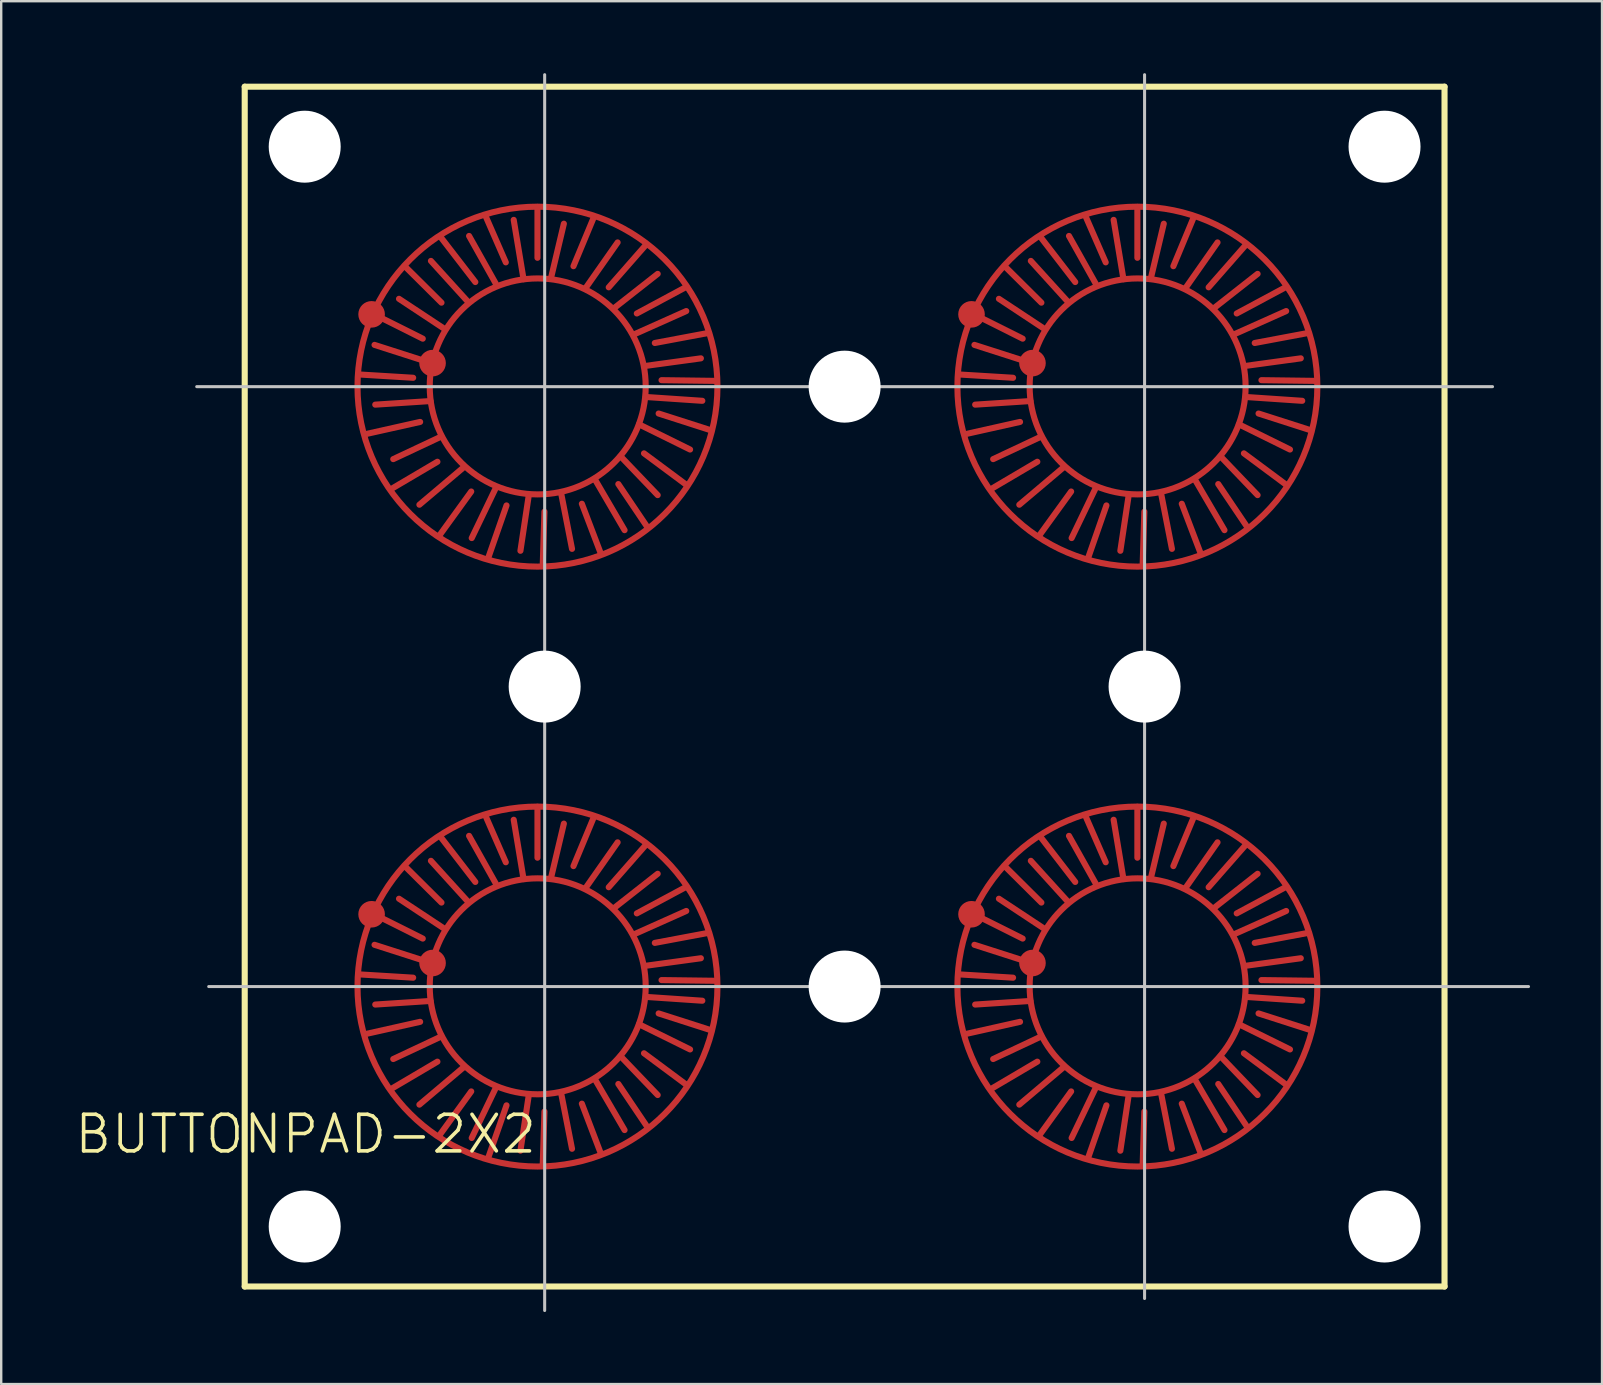
<source format=kicad_pcb>
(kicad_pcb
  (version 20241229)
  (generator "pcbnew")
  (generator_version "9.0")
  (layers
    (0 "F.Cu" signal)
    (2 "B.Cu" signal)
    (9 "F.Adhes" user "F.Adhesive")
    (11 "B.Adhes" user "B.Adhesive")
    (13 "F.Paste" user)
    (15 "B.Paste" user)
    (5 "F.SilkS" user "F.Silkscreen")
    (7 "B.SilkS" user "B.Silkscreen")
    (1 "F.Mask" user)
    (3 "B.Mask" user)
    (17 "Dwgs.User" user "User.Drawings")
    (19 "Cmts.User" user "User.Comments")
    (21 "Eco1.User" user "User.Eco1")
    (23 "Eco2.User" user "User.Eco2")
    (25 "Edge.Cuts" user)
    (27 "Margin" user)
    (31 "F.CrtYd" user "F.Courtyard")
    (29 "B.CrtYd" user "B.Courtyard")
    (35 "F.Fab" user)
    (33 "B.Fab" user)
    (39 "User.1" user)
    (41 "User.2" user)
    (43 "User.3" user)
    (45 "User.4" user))
  (footprint "BUTTONPAD-2X2"
    (layer "F.Cu")
    (at 7.148 50.563)
    (property "Reference" "BUTTONPAD-2X2" (at 2.54 -6.35 0) (layer "F.SilkS") (effects (font (size 1.524 1.524) (thickness 0.15))))
    (attr through_hole)
    (fp_line (start 4.73 -38.01) (end 7.02 -37.87) (stroke (width 0.254) (type solid)) (layer "F.Cu"))
    (fp_line (start 4.73 -13.01) (end 7.02 -12.87) (stroke (width 0.254) (type solid)) (layer "F.Cu"))
    (fp_line (start 5.36 -40.53) (end 7.42 -39.5) (stroke (width 0.254) (type solid)) (layer "F.Cu"))
    (fp_line (start 5.36 -15.53) (end 7.42 -14.5) (stroke (width 0.254) (type solid)) (layer "F.Cu"))
    (fp_line (start 5.41 -39.24) (end 7.78 -38.48) (stroke (width 0.254) (type solid)) (layer "F.Cu"))
    (fp_line (start 5.41 -14.24) (end 7.78 -13.48) (stroke (width 0.254) (type solid)) (layer "F.Cu"))
    (fp_line (start 5.44 -36.75) (end 7.74 -36.9) (stroke (width 0.254) (type solid)) (layer "F.Cu"))
    (fp_line (start 5.44 -11.75) (end 7.74 -11.9) (stroke (width 0.254) (type solid)) (layer "F.Cu"))
    (fp_line (start 6.08 -33.22) (end 8.03 -34.37) (stroke (width 0.254) (type solid)) (layer "F.Cu"))
    (fp_line (start 6.08 -8.22) (end 8.03 -9.37) (stroke (width 0.254) (type solid)) (layer "F.Cu"))
    (fp_line (start 6.19 -34.48) (end 8.19 -35.42) (stroke (width 0.254) (type solid)) (layer "F.Cu"))
    (fp_line (start 6.19 -9.48) (end 8.19 -10.42) (stroke (width 0.254) (type solid)) (layer "F.Cu"))
    (fp_line (start 6.43 -41.16) (end 8.29 -39.93) (stroke (width 0.254) (type solid)) (layer "F.Cu"))
    (fp_line (start 6.43 -16.16) (end 8.29 -14.93) (stroke (width 0.254) (type solid)) (layer "F.Cu"))
    (fp_line (start 6.68 -42.51) (end 8.2 -41) (stroke (width 0.254) (type solid)) (layer "F.Cu"))
    (fp_line (start 6.68 -17.51) (end 8.2 -16) (stroke (width 0.254) (type solid)) (layer "F.Cu"))
    (fp_line (start 7.31 -36.03) (end 5.03 -35.52) (stroke (width 0.254) (type solid)) (layer "F.Cu"))
    (fp_line (start 7.31 -11.03) (end 5.03 -10.52) (stroke (width 0.254) (type solid)) (layer "F.Cu"))
    (fp_line (start 7.76 -42.74) (end 9.32 -41.02) (stroke (width 0.254) (type solid)) (layer "F.Cu"))
    (fp_line (start 7.76 -17.74) (end 9.32 -16.02) (stroke (width 0.254) (type solid)) (layer "F.Cu"))
    (fp_line (start 8.16 -43.74) (end 9.61 -41.86) (stroke (width 0.254) (type solid)) (layer "F.Cu"))
    (fp_line (start 8.16 -18.74) (end 9.61 -16.86) (stroke (width 0.254) (type solid)) (layer "F.Cu"))
    (fp_line (start 9.15 -34.16) (end 7.28 -32.58) (stroke (width 0.254) (type solid)) (layer "F.Cu"))
    (fp_line (start 9.15 -9.16) (end 7.28 -7.58) (stroke (width 0.254) (type solid)) (layer "F.Cu"))
    (fp_line (start 9.35 -43.78) (end 10.46 -41.8) (stroke (width 0.254) (type solid)) (layer "F.Cu"))
    (fp_line (start 9.35 -18.78) (end 10.46 -16.8) (stroke (width 0.254) (type solid)) (layer "F.Cu"))
    (fp_line (start 9.44 -33.13) (end 8.1 -31.28) (stroke (width 0.254) (type solid)) (layer "F.Cu"))
    (fp_line (start 9.44 -8.13) (end 8.1 -6.28) (stroke (width 0.254) (type solid)) (layer "F.Cu"))
    (fp_line (start 9.46 -31.19) (end 10.45 -33.25) (stroke (width 0.254) (type solid)) (layer "F.Cu"))
    (fp_line (start 9.46 -6.19) (end 10.45 -8.25) (stroke (width 0.254) (type solid)) (layer "F.Cu"))
    (fp_line (start 10.88 -42.68) (end 10.02 -44.65) (stroke (width 0.254) (type solid)) (layer "F.Cu"))
    (fp_line (start 10.88 -17.68) (end 10.02 -19.65) (stroke (width 0.254) (type solid)) (layer "F.Cu"))
    (fp_line (start 10.91 -32.55) (end 10.15 -30.37) (stroke (width 0.254) (type solid)) (layer "F.Cu"))
    (fp_line (start 10.91 -7.55) (end 10.15 -5.37) (stroke (width 0.254) (type solid)) (layer "F.Cu"))
    (fp_line (start 11.49 -30.66) (end 11.84 -32.99) (stroke (width 0.254) (type solid)) (layer "F.Cu"))
    (fp_line (start 11.49 -5.66) (end 11.84 -7.99) (stroke (width 0.254) (type solid)) (layer "F.Cu"))
    (fp_line (start 11.62 -41.98) (end 11.21 -44.45) (stroke (width 0.254) (type solid)) (layer "F.Cu"))
    (fp_line (start 11.62 -16.98) (end 11.21 -19.45) (stroke (width 0.254) (type solid)) (layer "F.Cu"))
    (fp_line (start 12.2 -42.87) (end 12.2 -44.99) (stroke (width 0.254) (type solid)) (layer "F.Cu"))
    (fp_line (start 12.2 -17.87) (end 12.2 -19.99) (stroke (width 0.254) (type solid)) (layer "F.Cu"))
    (fp_line (start 12.49 -32.29) (end 12.42 -30.06) (stroke (width 0.254) (type solid)) (layer "F.Cu"))
    (fp_line (start 12.49 -7.29) (end 12.42 -5.06) (stroke (width 0.254) (type solid)) (layer "F.Cu"))
    (fp_line (start 12.76 -42.01) (end 13.3 -44.29) (stroke (width 0.254) (type solid)) (layer "F.Cu"))
    (fp_line (start 12.76 -17.01) (end 13.3 -19.29) (stroke (width 0.254) (type solid)) (layer "F.Cu"))
    (fp_line (start 13.64 -30.74) (end 13.18 -33.09) (stroke (width 0.254) (type solid)) (layer "F.Cu"))
    (fp_line (start 13.64 -5.74) (end 13.18 -8.09) (stroke (width 0.254) (type solid)) (layer "F.Cu"))
    (fp_line (start 13.7 -42.52) (end 14.54 -44.54) (stroke (width 0.254) (type solid)) (layer "F.Cu"))
    (fp_line (start 13.7 -17.52) (end 14.54 -19.54) (stroke (width 0.254) (type solid)) (layer "F.Cu"))
    (fp_line (start 14.05 -32.62) (end 14.83 -30.57) (stroke (width 0.254) (type solid)) (layer "F.Cu"))
    (fp_line (start 14.05 -7.62) (end 14.83 -5.57) (stroke (width 0.254) (type solid)) (layer "F.Cu"))
    (fp_line (start 14.2 -41.6) (end 15.54 -43.51) (stroke (width 0.254) (type solid)) (layer "F.Cu"))
    (fp_line (start 14.2 -16.6) (end 15.54 -18.51) (stroke (width 0.254) (type solid)) (layer "F.Cu"))
    (fp_line (start 15.39 -40.77) (end 17.21 -42.2) (stroke (width 0.254) (type solid)) (layer "F.Cu"))
    (fp_line (start 15.39 -15.77) (end 17.21 -17.2) (stroke (width 0.254) (type solid)) (layer "F.Cu"))
    (fp_line (start 15.57 -33.44) (end 16.77 -31.66) (stroke (width 0.254) (type solid)) (layer "F.Cu"))
    (fp_line (start 15.57 -8.44) (end 16.77 -6.66) (stroke (width 0.254) (type solid)) (layer "F.Cu"))
    (fp_line (start 15.66 -34.6) (end 17.21 -32.98) (stroke (width 0.254) (type solid)) (layer "F.Cu"))
    (fp_line (start 15.66 -9.6) (end 17.21 -7.98) (stroke (width 0.254) (type solid)) (layer "F.Cu"))
    (fp_line (start 15.83 -31.52) (end 14.58 -33.66) (stroke (width 0.254) (type solid)) (layer "F.Cu"))
    (fp_line (start 15.83 -6.52) (end 14.58 -8.66) (stroke (width 0.254) (type solid)) (layer "F.Cu"))
    (fp_line (start 16.23 -39.68) (end 18.4 -40.65) (stroke (width 0.254) (type solid)) (layer "F.Cu"))
    (fp_line (start 16.23 -14.68) (end 18.4 -15.65) (stroke (width 0.254) (type solid)) (layer "F.Cu"))
    (fp_line (start 16.34 -40.55) (end 18.37 -41.64) (stroke (width 0.254) (type solid)) (layer "F.Cu"))
    (fp_line (start 16.34 -15.55) (end 18.37 -16.64) (stroke (width 0.254) (type solid)) (layer "F.Cu"))
    (fp_line (start 16.43 -35.93) (end 18.56 -34.88) (stroke (width 0.254) (type solid)) (layer "F.Cu"))
    (fp_line (start 16.43 -10.93) (end 18.56 -9.88) (stroke (width 0.254) (type solid)) (layer "F.Cu"))
    (fp_line (start 16.64 -34.72) (end 18.39 -33.42) (stroke (width 0.254) (type solid)) (layer "F.Cu"))
    (fp_line (start 16.64 -9.72) (end 18.39 -8.42) (stroke (width 0.254) (type solid)) (layer "F.Cu"))
    (fp_line (start 16.67 -38.36) (end 19.01 -38.68) (stroke (width 0.254) (type solid)) (layer "F.Cu"))
    (fp_line (start 16.67 -13.36) (end 19.01 -13.68) (stroke (width 0.254) (type solid)) (layer "F.Cu"))
    (fp_line (start 16.71 -37.07) (end 19.07 -36.91) (stroke (width 0.254) (type solid)) (layer "F.Cu"))
    (fp_line (start 16.71 -12.07) (end 19.07 -11.91) (stroke (width 0.254) (type solid)) (layer "F.Cu"))
    (fp_line (start 16.73 -43.42) (end 15.17 -41.64) (stroke (width 0.254) (type solid)) (layer "F.Cu"))
    (fp_line (start 16.73 -18.42) (end 15.17 -16.64) (stroke (width 0.254) (type solid)) (layer "F.Cu"))
    (fp_line (start 17.09 -39.32) (end 19.33 -39.74) (stroke (width 0.254) (type solid)) (layer "F.Cu"))
    (fp_line (start 17.09 -14.32) (end 19.33 -14.74) (stroke (width 0.254) (type solid)) (layer "F.Cu"))
    (fp_line (start 17.25 -36.38) (end 19.37 -35.7) (stroke (width 0.254) (type solid)) (layer "F.Cu"))
    (fp_line (start 17.25 -11.38) (end 19.37 -10.7) (stroke (width 0.254) (type solid)) (layer "F.Cu"))
    (fp_line (start 17.37 -37.77) (end 19.66 -37.74) (stroke (width 0.254) (type solid)) (layer "F.Cu"))
    (fp_line (start 17.37 -12.77) (end 19.66 -12.74) (stroke (width 0.254) (type solid)) (layer "F.Cu"))
    (fp_line (start 29.73 -38.01) (end 32.02 -37.87) (stroke (width 0.254) (type solid)) (layer "F.Cu"))
    (fp_line (start 29.73 -13.01) (end 32.02 -12.87) (stroke (width 0.254) (type solid)) (layer "F.Cu"))
    (fp_line (start 30.36 -40.53) (end 32.42 -39.5) (stroke (width 0.254) (type solid)) (layer "F.Cu"))
    (fp_line (start 30.36 -15.53) (end 32.42 -14.5) (stroke (width 0.254) (type solid)) (layer "F.Cu"))
    (fp_line (start 30.41 -39.24) (end 32.78 -38.48) (stroke (width 0.254) (type solid)) (layer "F.Cu"))
    (fp_line (start 30.41 -14.24) (end 32.78 -13.48) (stroke (width 0.254) (type solid)) (layer "F.Cu"))
    (fp_line (start 30.44 -36.75) (end 32.74 -36.9) (stroke (width 0.254) (type solid)) (layer "F.Cu"))
    (fp_line (start 30.44 -11.75) (end 32.74 -11.9) (stroke (width 0.254) (type solid)) (layer "F.Cu"))
    (fp_line (start 31.08 -33.22) (end 33.03 -34.37) (stroke (width 0.254) (type solid)) (layer "F.Cu"))
    (fp_line (start 31.08 -8.22) (end 33.03 -9.37) (stroke (width 0.254) (type solid)) (layer "F.Cu"))
    (fp_line (start 31.19 -34.48) (end 33.19 -35.42) (stroke (width 0.254) (type solid)) (layer "F.Cu"))
    (fp_line (start 31.19 -9.48) (end 33.19 -10.42) (stroke (width 0.254) (type solid)) (layer "F.Cu"))
    (fp_line (start 31.43 -41.16) (end 33.29 -39.93) (stroke (width 0.254) (type solid)) (layer "F.Cu"))
    (fp_line (start 31.43 -16.16) (end 33.29 -14.93) (stroke (width 0.254) (type solid)) (layer "F.Cu"))
    (fp_line (start 31.68 -42.51) (end 33.2 -41) (stroke (width 0.254) (type solid)) (layer "F.Cu"))
    (fp_line (start 31.68 -17.51) (end 33.2 -16) (stroke (width 0.254) (type solid)) (layer "F.Cu"))
    (fp_line (start 32.31 -36.03) (end 30.03 -35.52) (stroke (width 0.254) (type solid)) (layer "F.Cu"))
    (fp_line (start 32.31 -11.03) (end 30.03 -10.52) (stroke (width 0.254) (type solid)) (layer "F.Cu"))
    (fp_line (start 32.76 -42.74) (end 34.32 -41.02) (stroke (width 0.254) (type solid)) (layer "F.Cu"))
    (fp_line (start 32.76 -17.74) (end 34.32 -16.02) (stroke (width 0.254) (type solid)) (layer "F.Cu"))
    (fp_line (start 33.16 -43.74) (end 34.61 -41.86) (stroke (width 0.254) (type solid)) (layer "F.Cu"))
    (fp_line (start 33.16 -18.74) (end 34.61 -16.86) (stroke (width 0.254) (type solid)) (layer "F.Cu"))
    (fp_line (start 34.15 -34.16) (end 32.28 -32.58) (stroke (width 0.254) (type solid)) (layer "F.Cu"))
    (fp_line (start 34.15 -9.16) (end 32.28 -7.58) (stroke (width 0.254) (type solid)) (layer "F.Cu"))
    (fp_line (start 34.35 -43.78) (end 35.46 -41.8) (stroke (width 0.254) (type solid)) (layer "F.Cu"))
    (fp_line (start 34.35 -18.78) (end 35.46 -16.8) (stroke (width 0.254) (type solid)) (layer "F.Cu"))
    (fp_line (start 34.44 -33.13) (end 33.1 -31.28) (stroke (width 0.254) (type solid)) (layer "F.Cu"))
    (fp_line (start 34.44 -8.13) (end 33.1 -6.28) (stroke (width 0.254) (type solid)) (layer "F.Cu"))
    (fp_line (start 34.46 -31.19) (end 35.45 -33.25) (stroke (width 0.254) (type solid)) (layer "F.Cu"))
    (fp_line (start 34.46 -6.19) (end 35.45 -8.25) (stroke (width 0.254) (type solid)) (layer "F.Cu"))
    (fp_line (start 35.88 -42.68) (end 35.02 -44.65) (stroke (width 0.254) (type solid)) (layer "F.Cu"))
    (fp_line (start 35.88 -17.68) (end 35.02 -19.65) (stroke (width 0.254) (type solid)) (layer "F.Cu"))
    (fp_line (start 35.91 -32.55) (end 35.15 -30.37) (stroke (width 0.254) (type solid)) (layer "F.Cu"))
    (fp_line (start 35.91 -7.55) (end 35.15 -5.37) (stroke (width 0.254) (type solid)) (layer "F.Cu"))
    (fp_line (start 36.49 -30.66) (end 36.84 -32.99) (stroke (width 0.254) (type solid)) (layer "F.Cu"))
    (fp_line (start 36.49 -5.66) (end 36.84 -7.99) (stroke (width 0.254) (type solid)) (layer "F.Cu"))
    (fp_line (start 36.62 -41.98) (end 36.21 -44.45) (stroke (width 0.254) (type solid)) (layer "F.Cu"))
    (fp_line (start 36.62 -16.98) (end 36.21 -19.45) (stroke (width 0.254) (type solid)) (layer "F.Cu"))
    (fp_line (start 37.2 -42.87) (end 37.2 -44.99) (stroke (width 0.254) (type solid)) (layer "F.Cu"))
    (fp_line (start 37.2 -17.87) (end 37.2 -19.99) (stroke (width 0.254) (type solid)) (layer "F.Cu"))
    (fp_line (start 37.49 -32.29) (end 37.42 -30.06) (stroke (width 0.254) (type solid)) (layer "F.Cu"))
    (fp_line (start 37.49 -7.29) (end 37.42 -5.06) (stroke (width 0.254) (type solid)) (layer "F.Cu"))
    (fp_line (start 37.76 -42.01) (end 38.3 -44.29) (stroke (width 0.254) (type solid)) (layer "F.Cu"))
    (fp_line (start 37.76 -17.01) (end 38.3 -19.29) (stroke (width 0.254) (type solid)) (layer "F.Cu"))
    (fp_line (start 38.64 -30.74) (end 38.18 -33.09) (stroke (width 0.254) (type solid)) (layer "F.Cu"))
    (fp_line (start 38.64 -5.74) (end 38.18 -8.09) (stroke (width 0.254) (type solid)) (layer "F.Cu"))
    (fp_line (start 38.7 -42.52) (end 39.54 -44.54) (stroke (width 0.254) (type solid)) (layer "F.Cu"))
    (fp_line (start 38.7 -17.52) (end 39.54 -19.54) (stroke (width 0.254) (type solid)) (layer "F.Cu"))
    (fp_line (start 39.05 -32.62) (end 39.83 -30.57) (stroke (width 0.254) (type solid)) (layer "F.Cu"))
    (fp_line (start 39.05 -7.62) (end 39.83 -5.57) (stroke (width 0.254) (type solid)) (layer "F.Cu"))
    (fp_line (start 39.2 -41.6) (end 40.54 -43.51) (stroke (width 0.254) (type solid)) (layer "F.Cu"))
    (fp_line (start 39.2 -16.6) (end 40.54 -18.51) (stroke (width 0.254) (type solid)) (layer "F.Cu"))
    (fp_line (start 40.39 -40.77) (end 42.21 -42.2) (stroke (width 0.254) (type solid)) (layer "F.Cu"))
    (fp_line (start 40.39 -15.77) (end 42.21 -17.2) (stroke (width 0.254) (type solid)) (layer "F.Cu"))
    (fp_line (start 40.57 -33.44) (end 41.77 -31.66) (stroke (width 0.254) (type solid)) (layer "F.Cu"))
    (fp_line (start 40.57 -8.44) (end 41.77 -6.66) (stroke (width 0.254) (type solid)) (layer "F.Cu"))
    (fp_line (start 40.66 -34.6) (end 42.21 -32.98) (stroke (width 0.254) (type solid)) (layer "F.Cu"))
    (fp_line (start 40.66 -9.6) (end 42.21 -7.98) (stroke (width 0.254) (type solid)) (layer "F.Cu"))
    (fp_line (start 40.83 -31.52) (end 39.58 -33.66) (stroke (width 0.254) (type solid)) (layer "F.Cu"))
    (fp_line (start 40.83 -6.52) (end 39.58 -8.66) (stroke (width 0.254) (type solid)) (layer "F.Cu"))
    (fp_line (start 41.23 -39.68) (end 43.4 -40.65) (stroke (width 0.254) (type solid)) (layer "F.Cu"))
    (fp_line (start 41.23 -14.68) (end 43.4 -15.65) (stroke (width 0.254) (type solid)) (layer "F.Cu"))
    (fp_line (start 41.34 -40.55) (end 43.37 -41.64) (stroke (width 0.254) (type solid)) (layer "F.Cu"))
    (fp_line (start 41.34 -15.55) (end 43.37 -16.64) (stroke (width 0.254) (type solid)) (layer "F.Cu"))
    (fp_line (start 41.43 -35.93) (end 43.56 -34.88) (stroke (width 0.254) (type solid)) (layer "F.Cu"))
    (fp_line (start 41.43 -10.93) (end 43.56 -9.88) (stroke (width 0.254) (type solid)) (layer "F.Cu"))
    (fp_line (start 41.64 -34.72) (end 43.39 -33.42) (stroke (width 0.254) (type solid)) (layer "F.Cu"))
    (fp_line (start 41.64 -9.72) (end 43.39 -8.42) (stroke (width 0.254) (type solid)) (layer "F.Cu"))
    (fp_line (start 41.67 -38.36) (end 44.01 -38.68) (stroke (width 0.254) (type solid)) (layer "F.Cu"))
    (fp_line (start 41.67 -13.36) (end 44.01 -13.68) (stroke (width 0.254) (type solid)) (layer "F.Cu"))
    (fp_line (start 41.71 -37.07) (end 44.07 -36.91) (stroke (width 0.254) (type solid)) (layer "F.Cu"))
    (fp_line (start 41.71 -12.07) (end 44.07 -11.91) (stroke (width 0.254) (type solid)) (layer "F.Cu"))
    (fp_line (start 41.73 -43.42) (end 40.17 -41.64) (stroke (width 0.254) (type solid)) (layer "F.Cu"))
    (fp_line (start 41.73 -18.42) (end 40.17 -16.64) (stroke (width 0.254) (type solid)) (layer "F.Cu"))
    (fp_line (start 42.09 -39.32) (end 44.33 -39.74) (stroke (width 0.254) (type solid)) (layer "F.Cu"))
    (fp_line (start 42.09 -14.32) (end 44.33 -14.74) (stroke (width 0.254) (type solid)) (layer "F.Cu"))
    (fp_line (start 42.25 -36.38) (end 44.37 -35.7) (stroke (width 0.254) (type solid)) (layer "F.Cu"))
    (fp_line (start 42.25 -11.38) (end 44.37 -10.7) (stroke (width 0.254) (type solid)) (layer "F.Cu"))
    (fp_line (start 42.37 -37.77) (end 44.66 -37.74) (stroke (width 0.254) (type solid)) (layer "F.Cu"))
    (fp_line (start 42.37 -12.77) (end 44.66 -12.74) (stroke (width 0.254) (type solid)) (layer "F.Cu"))
    (fp_circle (center 12.2 -37.5) (end 19.7 -37.5) (stroke (width 0.254) (type solid)) (fill no) (layer "F.Cu"))
    (fp_circle (center 12.2 -12.5) (end 19.7 -12.5) (stroke (width 0.254) (type solid)) (fill no) (layer "F.Cu"))
    (fp_circle (center 12.21 -37.51) (end 16.71 -37.51) (stroke (width 0.254) (type solid)) (fill no) (layer "F.Cu"))
    (fp_circle (center 12.21 -12.51) (end 16.71 -12.51) (stroke (width 0.254) (type solid)) (fill no) (layer "F.Cu"))
    (fp_circle (center 37.2 -37.5) (end 44.7 -37.5) (stroke (width 0.254) (type solid)) (fill no) (layer "F.Cu"))
    (fp_circle (center 37.2 -12.5) (end 44.7 -12.5) (stroke (width 0.254) (type solid)) (fill no) (layer "F.Cu"))
    (fp_circle (center 37.21 -37.51) (end 41.71 -37.51) (stroke (width 0.254) (type solid)) (fill no) (layer "F.Cu"))
    (fp_circle (center 37.21 -12.51) (end 41.71 -12.51) (stroke (width 0.254) (type solid)) (fill no) (layer "F.Cu"))
    (fp_line (start 4.73 -38.01) (end 7.02 -37.87) (stroke (width 0.254) (type solid)) (layer "F.Mask"))
    (fp_line (start 4.73 -13.01) (end 7.02 -12.87) (stroke (width 0.254) (type solid)) (layer "F.Mask"))
    (fp_line (start 5.36 -40.53) (end 7.42 -39.5) (stroke (width 0.254) (type solid)) (layer "F.Mask"))
    (fp_line (start 5.36 -15.53) (end 7.42 -14.5) (stroke (width 0.254) (type solid)) (layer "F.Mask"))
    (fp_line (start 5.41 -39.24) (end 7.78 -38.48) (stroke (width 0.254) (type solid)) (layer "F.Mask"))
    (fp_line (start 5.41 -14.24) (end 7.78 -13.48) (stroke (width 0.254) (type solid)) (layer "F.Mask"))
    (fp_line (start 5.44 -36.75) (end 7.74 -36.9) (stroke (width 0.254) (type solid)) (layer "F.Mask"))
    (fp_line (start 5.44 -11.75) (end 7.74 -11.9) (stroke (width 0.254) (type solid)) (layer "F.Mask"))
    (fp_line (start 6.08 -33.22) (end 8.03 -34.37) (stroke (width 0.254) (type solid)) (layer "F.Mask"))
    (fp_line (start 6.08 -8.22) (end 8.03 -9.37) (stroke (width 0.254) (type solid)) (layer "F.Mask"))
    (fp_line (start 6.19 -34.48) (end 8.19 -35.42) (stroke (width 0.254) (type solid)) (layer "F.Mask"))
    (fp_line (start 6.19 -9.48) (end 8.19 -10.42) (stroke (width 0.254) (type solid)) (layer "F.Mask"))
    (fp_line (start 6.43 -41.16) (end 8.29 -39.93) (stroke (width 0.254) (type solid)) (layer "F.Mask"))
    (fp_line (start 6.43 -16.16) (end 8.29 -14.93) (stroke (width 0.254) (type solid)) (layer "F.Mask"))
    (fp_line (start 6.68 -42.51) (end 8.2 -41) (stroke (width 0.254) (type solid)) (layer "F.Mask"))
    (fp_line (start 6.68 -17.51) (end 8.2 -16) (stroke (width 0.254) (type solid)) (layer "F.Mask"))
    (fp_line (start 7.31 -36.03) (end 5.03 -35.52) (stroke (width 0.254) (type solid)) (layer "F.Mask"))
    (fp_line (start 7.31 -11.03) (end 5.03 -10.52) (stroke (width 0.254) (type solid)) (layer "F.Mask"))
    (fp_line (start 7.76 -42.74) (end 9.32 -41.02) (stroke (width 0.254) (type solid)) (layer "F.Mask"))
    (fp_line (start 7.76 -17.74) (end 9.32 -16.02) (stroke (width 0.254) (type solid)) (layer "F.Mask"))
    (fp_line (start 8.16 -43.74) (end 9.61 -41.86) (stroke (width 0.254) (type solid)) (layer "F.Mask"))
    (fp_line (start 8.16 -18.74) (end 9.61 -16.86) (stroke (width 0.254) (type solid)) (layer "F.Mask"))
    (fp_line (start 9.15 -34.16) (end 7.28 -32.58) (stroke (width 0.254) (type solid)) (layer "F.Mask"))
    (fp_line (start 9.15 -9.16) (end 7.28 -7.58) (stroke (width 0.254) (type solid)) (layer "F.Mask"))
    (fp_line (start 9.35 -43.78) (end 10.46 -41.8) (stroke (width 0.254) (type solid)) (layer "F.Mask"))
    (fp_line (start 9.35 -18.78) (end 10.46 -16.8) (stroke (width 0.254) (type solid)) (layer "F.Mask"))
    (fp_line (start 9.44 -33.13) (end 8.1 -31.28) (stroke (width 0.254) (type solid)) (layer "F.Mask"))
    (fp_line (start 9.44 -8.13) (end 8.1 -6.28) (stroke (width 0.254) (type solid)) (layer "F.Mask"))
    (fp_line (start 9.46 -31.19) (end 10.45 -33.25) (stroke (width 0.254) (type solid)) (layer "F.Mask"))
    (fp_line (start 9.46 -6.19) (end 10.45 -8.25) (stroke (width 0.254) (type solid)) (layer "F.Mask"))
    (fp_line (start 10.88 -42.68) (end 10.02 -44.65) (stroke (width 0.254) (type solid)) (layer "F.Mask"))
    (fp_line (start 10.88 -17.68) (end 10.02 -19.65) (stroke (width 0.254) (type solid)) (layer "F.Mask"))
    (fp_line (start 10.91 -32.55) (end 10.15 -30.37) (stroke (width 0.254) (type solid)) (layer "F.Mask"))
    (fp_line (start 10.91 -7.55) (end 10.15 -5.37) (stroke (width 0.254) (type solid)) (layer "F.Mask"))
    (fp_line (start 11.49 -30.66) (end 11.84 -32.99) (stroke (width 0.254) (type solid)) (layer "F.Mask"))
    (fp_line (start 11.49 -5.66) (end 11.84 -7.99) (stroke (width 0.254) (type solid)) (layer "F.Mask"))
    (fp_line (start 11.62 -41.98) (end 11.21 -44.45) (stroke (width 0.254) (type solid)) (layer "F.Mask"))
    (fp_line (start 11.62 -16.98) (end 11.21 -19.45) (stroke (width 0.254) (type solid)) (layer "F.Mask"))
    (fp_line (start 12.2 -42.87) (end 12.2 -44.99) (stroke (width 0.254) (type solid)) (layer "F.Mask"))
    (fp_line (start 12.2 -17.87) (end 12.2 -19.99) (stroke (width 0.254) (type solid)) (layer "F.Mask"))
    (fp_line (start 12.49 -32.29) (end 12.42 -30.06) (stroke (width 0.254) (type solid)) (layer "F.Mask"))
    (fp_line (start 12.49 -7.29) (end 12.42 -5.06) (stroke (width 0.254) (type solid)) (layer "F.Mask"))
    (fp_line (start 12.76 -42.01) (end 13.3 -44.29) (stroke (width 0.254) (type solid)) (layer "F.Mask"))
    (fp_line (start 12.76 -17.01) (end 13.3 -19.29) (stroke (width 0.254) (type solid)) (layer "F.Mask"))
    (fp_line (start 13.64 -30.74) (end 13.18 -33.09) (stroke (width 0.254) (type solid)) (layer "F.Mask"))
    (fp_line (start 13.64 -5.74) (end 13.18 -8.09) (stroke (width 0.254) (type solid)) (layer "F.Mask"))
    (fp_line (start 13.7 -42.52) (end 14.54 -44.54) (stroke (width 0.254) (type solid)) (layer "F.Mask"))
    (fp_line (start 13.7 -17.52) (end 14.54 -19.54) (stroke (width 0.254) (type solid)) (layer "F.Mask"))
    (fp_line (start 14.05 -32.62) (end 14.83 -30.57) (stroke (width 0.254) (type solid)) (layer "F.Mask"))
    (fp_line (start 14.05 -7.62) (end 14.83 -5.57) (stroke (width 0.254) (type solid)) (layer "F.Mask"))
    (fp_line (start 14.2 -41.6) (end 15.54 -43.51) (stroke (width 0.254) (type solid)) (layer "F.Mask"))
    (fp_line (start 14.2 -16.6) (end 15.54 -18.51) (stroke (width 0.254) (type solid)) (layer "F.Mask"))
    (fp_line (start 15.39 -40.77) (end 17.21 -42.2) (stroke (width 0.254) (type solid)) (layer "F.Mask"))
    (fp_line (start 15.39 -15.77) (end 17.21 -17.2) (stroke (width 0.254) (type solid)) (layer "F.Mask"))
    (fp_line (start 15.57 -33.44) (end 16.77 -31.66) (stroke (width 0.254) (type solid)) (layer "F.Mask"))
    (fp_line (start 15.57 -8.44) (end 16.77 -6.66) (stroke (width 0.254) (type solid)) (layer "F.Mask"))
    (fp_line (start 15.66 -34.6) (end 17.21 -32.98) (stroke (width 0.254) (type solid)) (layer "F.Mask"))
    (fp_line (start 15.66 -9.6) (end 17.21 -7.98) (stroke (width 0.254) (type solid)) (layer "F.Mask"))
    (fp_line (start 15.83 -31.52) (end 14.58 -33.66) (stroke (width 0.254) (type solid)) (layer "F.Mask"))
    (fp_line (start 15.83 -6.52) (end 14.58 -8.66) (stroke (width 0.254) (type solid)) (layer "F.Mask"))
    (fp_line (start 16.23 -39.68) (end 18.4 -40.65) (stroke (width 0.254) (type solid)) (layer "F.Mask"))
    (fp_line (start 16.23 -14.68) (end 18.4 -15.65) (stroke (width 0.254) (type solid)) (layer "F.Mask"))
    (fp_line (start 16.34 -40.55) (end 18.37 -41.64) (stroke (width 0.254) (type solid)) (layer "F.Mask"))
    (fp_line (start 16.34 -15.55) (end 18.37 -16.64) (stroke (width 0.254) (type solid)) (layer "F.Mask"))
    (fp_line (start 16.43 -35.93) (end 18.56 -34.88) (stroke (width 0.254) (type solid)) (layer "F.Mask"))
    (fp_line (start 16.43 -10.93) (end 18.56 -9.88) (stroke (width 0.254) (type solid)) (layer "F.Mask"))
    (fp_line (start 16.64 -34.72) (end 18.39 -33.42) (stroke (width 0.254) (type solid)) (layer "F.Mask"))
    (fp_line (start 16.64 -9.72) (end 18.39 -8.42) (stroke (width 0.254) (type solid)) (layer "F.Mask"))
    (fp_line (start 16.67 -38.36) (end 19.01 -38.68) (stroke (width 0.254) (type solid)) (layer "F.Mask"))
    (fp_line (start 16.67 -13.36) (end 19.01 -13.68) (stroke (width 0.254) (type solid)) (layer "F.Mask"))
    (fp_line (start 16.71 -37.07) (end 19.07 -36.91) (stroke (width 0.254) (type solid)) (layer "F.Mask"))
    (fp_line (start 16.71 -12.07) (end 19.07 -11.91) (stroke (width 0.254) (type solid)) (layer "F.Mask"))
    (fp_line (start 16.73 -43.42) (end 15.17 -41.64) (stroke (width 0.254) (type solid)) (layer "F.Mask"))
    (fp_line (start 16.73 -18.42) (end 15.17 -16.64) (stroke (width 0.254) (type solid)) (layer "F.Mask"))
    (fp_line (start 17.09 -39.32) (end 19.33 -39.74) (stroke (width 0.254) (type solid)) (layer "F.Mask"))
    (fp_line (start 17.09 -14.32) (end 19.33 -14.74) (stroke (width 0.254) (type solid)) (layer "F.Mask"))
    (fp_line (start 17.25 -36.38) (end 19.37 -35.7) (stroke (width 0.254) (type solid)) (layer "F.Mask"))
    (fp_line (start 17.25 -11.38) (end 19.37 -10.7) (stroke (width 0.254) (type solid)) (layer "F.Mask"))
    (fp_line (start 17.37 -37.77) (end 19.66 -37.74) (stroke (width 0.254) (type solid)) (layer "F.Mask"))
    (fp_line (start 17.37 -12.77) (end 19.66 -12.74) (stroke (width 0.254) (type solid)) (layer "F.Mask"))
    (fp_line (start 29.73 -38.01) (end 32.02 -37.87) (stroke (width 0.254) (type solid)) (layer "F.Mask"))
    (fp_line (start 29.73 -13.01) (end 32.02 -12.87) (stroke (width 0.254) (type solid)) (layer "F.Mask"))
    (fp_line (start 30.36 -40.53) (end 32.42 -39.5) (stroke (width 0.254) (type solid)) (layer "F.Mask"))
    (fp_line (start 30.36 -15.53) (end 32.42 -14.5) (stroke (width 0.254) (type solid)) (layer "F.Mask"))
    (fp_line (start 30.41 -39.24) (end 32.78 -38.48) (stroke (width 0.254) (type solid)) (layer "F.Mask"))
    (fp_line (start 30.41 -14.24) (end 32.78 -13.48) (stroke (width 0.254) (type solid)) (layer "F.Mask"))
    (fp_line (start 30.44 -36.75) (end 32.74 -36.9) (stroke (width 0.254) (type solid)) (layer "F.Mask"))
    (fp_line (start 30.44 -11.75) (end 32.74 -11.9) (stroke (width 0.254) (type solid)) (layer "F.Mask"))
    (fp_line (start 31.08 -33.22) (end 33.03 -34.37) (stroke (width 0.254) (type solid)) (layer "F.Mask"))
    (fp_line (start 31.08 -8.22) (end 33.03 -9.37) (stroke (width 0.254) (type solid)) (layer "F.Mask"))
    (fp_line (start 31.19 -34.48) (end 33.19 -35.42) (stroke (width 0.254) (type solid)) (layer "F.Mask"))
    (fp_line (start 31.19 -9.48) (end 33.19 -10.42) (stroke (width 0.254) (type solid)) (layer "F.Mask"))
    (fp_line (start 31.43 -41.16) (end 33.29 -39.93) (stroke (width 0.254) (type solid)) (layer "F.Mask"))
    (fp_line (start 31.43 -16.16) (end 33.29 -14.93) (stroke (width 0.254) (type solid)) (layer "F.Mask"))
    (fp_line (start 31.68 -42.51) (end 33.2 -41) (stroke (width 0.254) (type solid)) (layer "F.Mask"))
    (fp_line (start 31.68 -17.51) (end 33.2 -16) (stroke (width 0.254) (type solid)) (layer "F.Mask"))
    (fp_line (start 32.31 -36.03) (end 30.03 -35.52) (stroke (width 0.254) (type solid)) (layer "F.Mask"))
    (fp_line (start 32.31 -11.03) (end 30.03 -10.52) (stroke (width 0.254) (type solid)) (layer "F.Mask"))
    (fp_line (start 32.76 -42.74) (end 34.32 -41.02) (stroke (width 0.254) (type solid)) (layer "F.Mask"))
    (fp_line (start 32.76 -17.74) (end 34.32 -16.02) (stroke (width 0.254) (type solid)) (layer "F.Mask"))
    (fp_line (start 33.16 -43.74) (end 34.61 -41.86) (stroke (width 0.254) (type solid)) (layer "F.Mask"))
    (fp_line (start 33.16 -18.74) (end 34.61 -16.86) (stroke (width 0.254) (type solid)) (layer "F.Mask"))
    (fp_line (start 34.15 -34.16) (end 32.28 -32.58) (stroke (width 0.254) (type solid)) (layer "F.Mask"))
    (fp_line (start 34.15 -9.16) (end 32.28 -7.58) (stroke (width 0.254) (type solid)) (layer "F.Mask"))
    (fp_line (start 34.35 -43.78) (end 35.46 -41.8) (stroke (width 0.254) (type solid)) (layer "F.Mask"))
    (fp_line (start 34.35 -18.78) (end 35.46 -16.8) (stroke (width 0.254) (type solid)) (layer "F.Mask"))
    (fp_line (start 34.44 -33.13) (end 33.1 -31.28) (stroke (width 0.254) (type solid)) (layer "F.Mask"))
    (fp_line (start 34.44 -8.13) (end 33.1 -6.28) (stroke (width 0.254) (type solid)) (layer "F.Mask"))
    (fp_line (start 34.46 -31.19) (end 35.45 -33.25) (stroke (width 0.254) (type solid)) (layer "F.Mask"))
    (fp_line (start 34.46 -6.19) (end 35.45 -8.25) (stroke (width 0.254) (type solid)) (layer "F.Mask"))
    (fp_line (start 35.88 -42.68) (end 35.02 -44.65) (stroke (width 0.254) (type solid)) (layer "F.Mask"))
    (fp_line (start 35.88 -17.68) (end 35.02 -19.65) (stroke (width 0.254) (type solid)) (layer "F.Mask"))
    (fp_line (start 35.91 -32.55) (end 35.15 -30.37) (stroke (width 0.254) (type solid)) (layer "F.Mask"))
    (fp_line (start 35.91 -7.55) (end 35.15 -5.37) (stroke (width 0.254) (type solid)) (layer "F.Mask"))
    (fp_line (start 36.49 -30.66) (end 36.84 -32.99) (stroke (width 0.254) (type solid)) (layer "F.Mask"))
    (fp_line (start 36.49 -5.66) (end 36.84 -7.99) (stroke (width 0.254) (type solid)) (layer "F.Mask"))
    (fp_line (start 36.62 -41.98) (end 36.21 -44.45) (stroke (width 0.254) (type solid)) (layer "F.Mask"))
    (fp_line (start 36.62 -16.98) (end 36.21 -19.45) (stroke (width 0.254) (type solid)) (layer "F.Mask"))
    (fp_line (start 37.2 -42.87) (end 37.2 -44.99) (stroke (width 0.254) (type solid)) (layer "F.Mask"))
    (fp_line (start 37.2 -17.87) (end 37.2 -19.99) (stroke (width 0.254) (type solid)) (layer "F.Mask"))
    (fp_line (start 37.49 -32.29) (end 37.42 -30.06) (stroke (width 0.254) (type solid)) (layer "F.Mask"))
    (fp_line (start 37.49 -7.29) (end 37.42 -5.06) (stroke (width 0.254) (type solid)) (layer "F.Mask"))
    (fp_line (start 37.76 -42.01) (end 38.3 -44.29) (stroke (width 0.254) (type solid)) (layer "F.Mask"))
    (fp_line (start 37.76 -17.01) (end 38.3 -19.29) (stroke (width 0.254) (type solid)) (layer "F.Mask"))
    (fp_line (start 38.64 -30.74) (end 38.18 -33.09) (stroke (width 0.254) (type solid)) (layer "F.Mask"))
    (fp_line (start 38.64 -5.74) (end 38.18 -8.09) (stroke (width 0.254) (type solid)) (layer "F.Mask"))
    (fp_line (start 38.7 -42.52) (end 39.54 -44.54) (stroke (width 0.254) (type solid)) (layer "F.Mask"))
    (fp_line (start 38.7 -17.52) (end 39.54 -19.54) (stroke (width 0.254) (type solid)) (layer "F.Mask"))
    (fp_line (start 39.05 -32.62) (end 39.83 -30.57) (stroke (width 0.254) (type solid)) (layer "F.Mask"))
    (fp_line (start 39.05 -7.62) (end 39.83 -5.57) (stroke (width 0.254) (type solid)) (layer "F.Mask"))
    (fp_line (start 39.2 -41.6) (end 40.54 -43.51) (stroke (width 0.254) (type solid)) (layer "F.Mask"))
    (fp_line (start 39.2 -16.6) (end 40.54 -18.51) (stroke (width 0.254) (type solid)) (layer "F.Mask"))
    (fp_line (start 40.39 -40.77) (end 42.21 -42.2) (stroke (width 0.254) (type solid)) (layer "F.Mask"))
    (fp_line (start 40.39 -15.77) (end 42.21 -17.2) (stroke (width 0.254) (type solid)) (layer "F.Mask"))
    (fp_line (start 40.57 -33.44) (end 41.77 -31.66) (stroke (width 0.254) (type solid)) (layer "F.Mask"))
    (fp_line (start 40.57 -8.44) (end 41.77 -6.66) (stroke (width 0.254) (type solid)) (layer "F.Mask"))
    (fp_line (start 40.66 -34.6) (end 42.21 -32.98) (stroke (width 0.254) (type solid)) (layer "F.Mask"))
    (fp_line (start 40.66 -9.6) (end 42.21 -7.98) (stroke (width 0.254) (type solid)) (layer "F.Mask"))
    (fp_line (start 40.83 -31.52) (end 39.58 -33.66) (stroke (width 0.254) (type solid)) (layer "F.Mask"))
    (fp_line (start 40.83 -6.52) (end 39.58 -8.66) (stroke (width 0.254) (type solid)) (layer "F.Mask"))
    (fp_line (start 41.23 -39.68) (end 43.4 -40.65) (stroke (width 0.254) (type solid)) (layer "F.Mask"))
    (fp_line (start 41.23 -14.68) (end 43.4 -15.65) (stroke (width 0.254) (type solid)) (layer "F.Mask"))
    (fp_line (start 41.34 -40.55) (end 43.37 -41.64) (stroke (width 0.254) (type solid)) (layer "F.Mask"))
    (fp_line (start 41.34 -15.55) (end 43.37 -16.64) (stroke (width 0.254) (type solid)) (layer "F.Mask"))
    (fp_line (start 41.43 -35.93) (end 43.56 -34.88) (stroke (width 0.254) (type solid)) (layer "F.Mask"))
    (fp_line (start 41.43 -10.93) (end 43.56 -9.88) (stroke (width 0.254) (type solid)) (layer "F.Mask"))
    (fp_line (start 41.64 -34.72) (end 43.39 -33.42) (stroke (width 0.254) (type solid)) (layer "F.Mask"))
    (fp_line (start 41.64 -9.72) (end 43.39 -8.42) (stroke (width 0.254) (type solid)) (layer "F.Mask"))
    (fp_line (start 41.67 -38.36) (end 44.01 -38.68) (stroke (width 0.254) (type solid)) (layer "F.Mask"))
    (fp_line (start 41.67 -13.36) (end 44.01 -13.68) (stroke (width 0.254) (type solid)) (layer "F.Mask"))
    (fp_line (start 41.71 -37.07) (end 44.07 -36.91) (stroke (width 0.254) (type solid)) (layer "F.Mask"))
    (fp_line (start 41.71 -12.07) (end 44.07 -11.91) (stroke (width 0.254) (type solid)) (layer "F.Mask"))
    (fp_line (start 41.73 -43.42) (end 40.17 -41.64) (stroke (width 0.254) (type solid)) (layer "F.Mask"))
    (fp_line (start 41.73 -18.42) (end 40.17 -16.64) (stroke (width 0.254) (type solid)) (layer "F.Mask"))
    (fp_line (start 42.09 -39.32) (end 44.33 -39.74) (stroke (width 0.254) (type solid)) (layer "F.Mask"))
    (fp_line (start 42.09 -14.32) (end 44.33 -14.74) (stroke (width 0.254) (type solid)) (layer "F.Mask"))
    (fp_line (start 42.25 -36.38) (end 44.37 -35.7) (stroke (width 0.254) (type solid)) (layer "F.Mask"))
    (fp_line (start 42.25 -11.38) (end 44.37 -10.7) (stroke (width 0.254) (type solid)) (layer "F.Mask"))
    (fp_line (start 42.37 -37.77) (end 44.66 -37.74) (stroke (width 0.254) (type solid)) (layer "F.Mask"))
    (fp_line (start 42.37 -12.77) (end 44.66 -12.74) (stroke (width 0.254) (type solid)) (layer "F.Mask"))
    (fp_circle (center 12.2 -37.51) (end 16.711 -37.51) (stroke (width 0.254) (type solid)) (fill no) (layer "F.Mask"))
    (fp_circle (center 12.2 -37.5) (end 19.7 -37.5) (stroke (width 0.254) (type solid)) (fill no) (layer "F.Mask"))
    (fp_circle (center 12.2 -12.51) (end 16.711 -12.51) (stroke (width 0.254) (type solid)) (fill no) (layer "F.Mask"))
    (fp_circle (center 12.2 -12.5) (end 19.7 -12.5) (stroke (width 0.254) (type solid)) (fill no) (layer "F.Mask"))
    (fp_circle (center 37.2 -37.51) (end 41.711 -37.51) (stroke (width 0.254) (type solid)) (fill no) (layer "F.Mask"))
    (fp_circle (center 37.2 -37.5) (end 44.7 -37.5) (stroke (width 0.254) (type solid)) (fill no) (layer "F.Mask"))
    (fp_circle (center 37.2 -12.51) (end 41.711 -12.51) (stroke (width 0.254) (type solid)) (fill no) (layer "F.Mask"))
    (fp_circle (center 37.2 -12.5) (end 44.7 -12.5) (stroke (width 0.254) (type solid)) (fill no) (layer "F.Mask"))
    (fp_line (start 0 -50) (end 50 -50) (stroke (width 0.254) (type solid)) (layer "F.SilkS"))
    (fp_line (start 0 0) (end 0 -50) (stroke (width 0.254) (type solid)) (layer "F.SilkS"))
    (fp_line (start 50 -50) (end 50 0) (stroke (width 0.254) (type solid)) (layer "F.SilkS"))
    (fp_line (start 50 0) (end 0 0) (stroke (width 0.254) (type solid)) (layer "F.SilkS"))
    (fp_line (start 12.5 -50.5) (end 12.5 1) (stroke (width 0.127) (type solid)) (layer "Dwgs.User"))
    (fp_line (start 37.5 0.5) (end 37.5 -50.5) (stroke (width 0.127) (type solid)) (layer "Dwgs.User"))
    (fp_line (start 52 -37.5) (end -2 -37.5) (stroke (width 0.127) (type solid)) (layer "Dwgs.User"))
    (fp_line (start 53.5 -12.5) (end -1.5 -12.5) (stroke (width 0.127) (type solid)) (layer "Dwgs.User"))
    (pad "" np_thru_hole circle (at 2.5 -47.5) (size 3 3) (drill 3) (layers "*.Cu"))
    (pad "" np_thru_hole circle (at 2.5 -2.5) (size 3 3) (drill 3) (layers "*.Cu"))
    (pad "" np_thru_hole circle (at 12.5 -25) (size 3 3) (drill 3) (layers "*.Cu"))
    (pad "" np_thru_hole circle (at 25 -37.5) (size 3 3) (drill 3) (layers "*.Cu"))
    (pad "" np_thru_hole circle (at 25 -12.5) (size 3 3) (drill 3) (layers "*.Cu"))
    (pad "" np_thru_hole circle (at 37.5 -25) (size 3 3) (drill 3) (layers "*.Cu"))
    (pad "" np_thru_hole circle (at 47.5 -47.5) (size 3 3) (drill 3) (layers "*.Cu"))
    (pad "" np_thru_hole circle (at 47.5 -2.5) (size 3 3) (drill 3) (layers "*.Cu"))
    (pad "1" connect circle (at 5.288 -15.513) (size 1.108 1.108) (layers "F.Cu" "F.Mask"))
    (pad "2" connect circle (at 7.828 -13.481) (size 1.108 1.108) (layers "F.Cu" "F.Mask"))
    (pad "3" connect circle (at 30.288 -15.513) (size 1.108 1.108) (layers "F.Cu" "F.Mask"))
    (pad "4" connect circle (at 32.828 -13.481) (size 1.108 1.108) (layers "F.Cu" "F.Mask"))
    (pad "5" connect circle (at 5.288 -40.513) (size 1.108 1.108) (layers "F.Cu" "F.Mask"))
    (pad "6" connect circle (at 7.828 -38.481) (size 1.108 1.108) (layers "F.Cu" "F.Mask"))
    (pad "7" connect circle (at 30.288 -40.513) (size 1.108 1.108) (layers "F.Cu" "F.Mask"))
    (pad "8" connect circle (at 32.828 -38.481) (size 1.108 1.108) (layers "F.Cu" "F.Mask")))
  (gr_rect
    (start -3 -3)
    (end 63.712 54.627)
    (stroke (width 0.1) (type default))
    (fill no)
    (layer "Edge.Cuts")))
</source>
